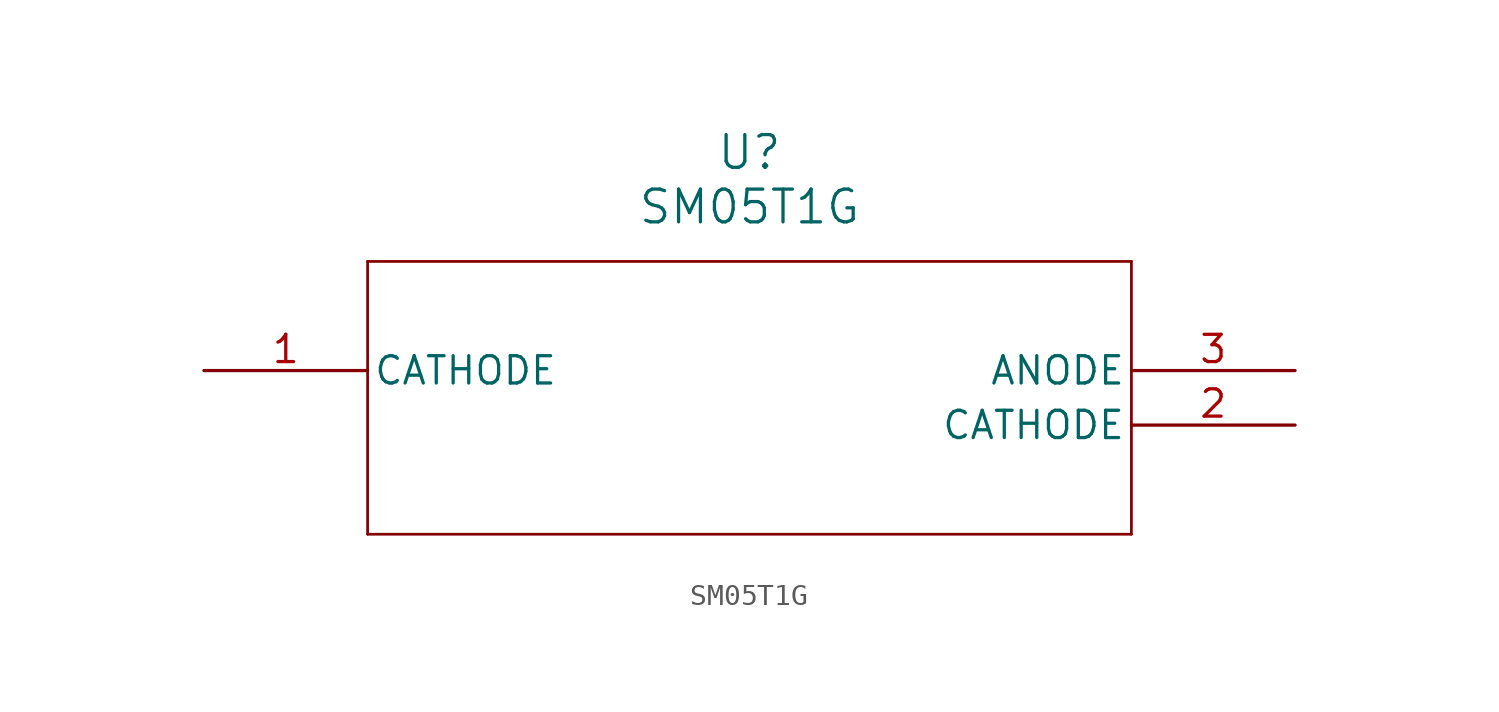
<source format=kicad_sym>
(kicad_symbol_lib
  (version 20211014)
  (generator kicad_symbol_editor)
  (symbol "SM05T1G"
    (pin_names
      (offset 0.254))
    (property "Reference" "U"
      (at 25.4 10.16 0)
      (effects (font (size 1.524 1.524))))
    (property "Value" "SM05T1G"
      (at 25.4 7.62 0)
      (effects (font (size 1.524 1.524))))
    (symbol "SM05T1G_0_1"
      (polyline (pts (xy 7.62 5.08) (xy 7.62 -7.62)) (stroke (width 0.127) (type default) (color 0 0 0 0)) (fill (type none)))
      (polyline (pts (xy 7.62 -7.62) (xy 43.18 -7.62)) (stroke (width 0.127) (type default) (color 0 0 0 0)) (fill (type none)))
      (polyline (pts (xy 43.18 -7.62) (xy 43.18 5.08)) (stroke (width 0.127) (type default) (color 0 0 0 0)) (fill (type none)))
      (polyline (pts (xy 43.18 5.08) (xy 7.62 5.08)) (stroke (width 0.127) (type default) (color 0 0 0 0)) (fill (type none)))
      (pin unspecified line (at 0 0 0) (length 7.62) (name "CATHODE" (effects (font (size 1.27 1.27)))) (number "1" (effects (font (size 1.27 1.27)))))
      (pin unspecified line (at 50.8 -2.54 180) (length 7.62) (name "CATHODE" (effects (font (size 1.27 1.27)))) (number "2" (effects (font (size 1.27 1.27)))))
      (pin unspecified line (at 50.8 0 180) (length 7.62) (name "ANODE" (effects (font (size 1.27 1.27)))) (number "3" (effects (font (size 1.27 1.27))))))))
</source>
